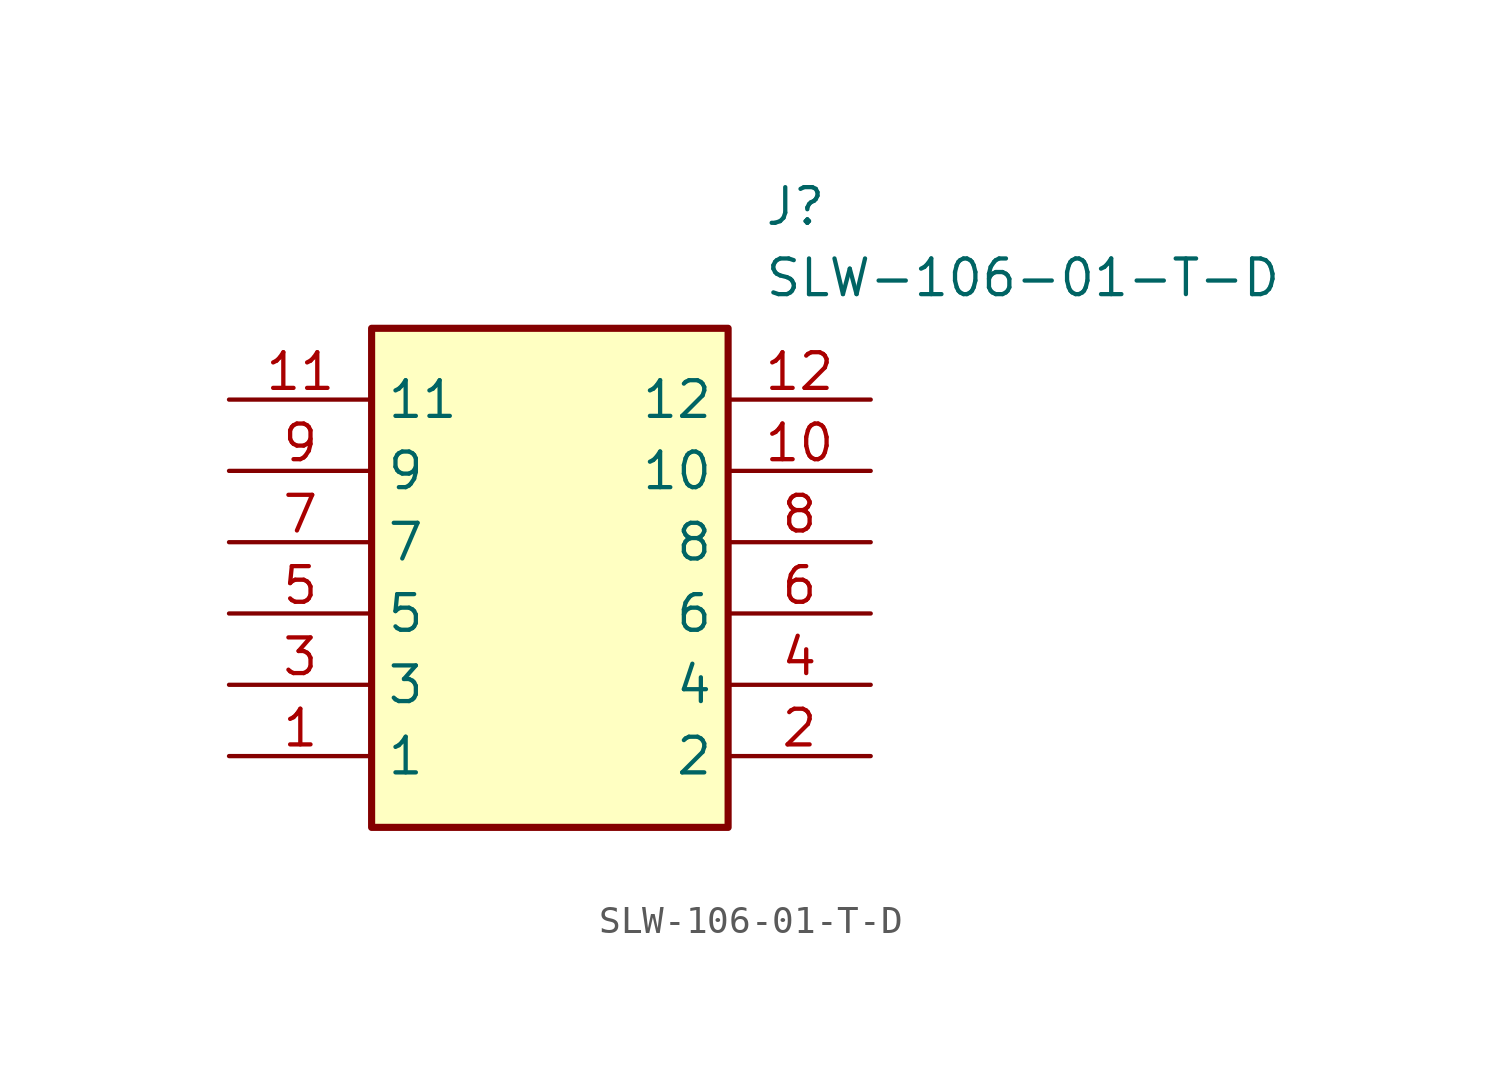
<source format=kicad_sym>
(kicad_symbol_lib
  (version 20211014)
  (generator SamacSys_ECAD_Model)
  (symbol "SLW-106-01-T-D"
    (property "Reference" "J"
      (at 19.05 7.62 0)
      (effects (font (size 1.27 1.27)) (justify left top)))
    (property "Value" "SLW-106-01-T-D"
      (at 19.05 5.08 0)
      (effects (font (size 1.27 1.27)) (justify left top)))
    (rectangle
      (start 5.08 2.54)
      (end 17.78 -15.24)
      (stroke (width 0.254) (type default))
      (fill (type background)))
    (pin passive line
      (at 0 -12.7 0)
      (length 5.08)
      (name "1" (effects (font (size 1.27 1.27))))
      (number "1" (effects (font (size 1.27 1.27)))))
    (pin passive line
      (at 22.86 -12.7 180)
      (length 5.08)
      (name "2" (effects (font (size 1.27 1.27))))
      (number "2" (effects (font (size 1.27 1.27)))))
    (pin passive line
      (at 0 -10.16 0)
      (length 5.08)
      (name "3" (effects (font (size 1.27 1.27))))
      (number "3" (effects (font (size 1.27 1.27)))))
    (pin passive line
      (at 22.86 -10.16 180)
      (length 5.08)
      (name "4" (effects (font (size 1.27 1.27))))
      (number "4" (effects (font (size 1.27 1.27)))))
    (pin passive line
      (at 0 -7.62 0)
      (length 5.08)
      (name "5" (effects (font (size 1.27 1.27))))
      (number "5" (effects (font (size 1.27 1.27)))))
    (pin passive line
      (at 22.86 -7.62 180)
      (length 5.08)
      (name "6" (effects (font (size 1.27 1.27))))
      (number "6" (effects (font (size 1.27 1.27)))))
    (pin passive line
      (at 0 -5.08 0)
      (length 5.08)
      (name "7" (effects (font (size 1.27 1.27))))
      (number "7" (effects (font (size 1.27 1.27)))))
    (pin passive line
      (at 22.86 -5.08 180)
      (length 5.08)
      (name "8" (effects (font (size 1.27 1.27))))
      (number "8" (effects (font (size 1.27 1.27)))))
    (pin passive line
      (at 0 -2.54 0)
      (length 5.08)
      (name "9" (effects (font (size 1.27 1.27))))
      (number "9" (effects (font (size 1.27 1.27)))))
    (pin passive line
      (at 22.86 -2.54 180)
      (length 5.08)
      (name "10" (effects (font (size 1.27 1.27))))
      (number "10" (effects (font (size 1.27 1.27)))))
    (pin passive line
      (at 0 0 0)
      (length 5.08)
      (name "11" (effects (font (size 1.27 1.27))))
      (number "11" (effects (font (size 1.27 1.27)))))
    (pin passive line
      (at 22.86 0 180)
      (length 5.08)
      (name "12" (effects (font (size 1.27 1.27))))
      (number "12" (effects (font (size 1.27 1.27)))))))
</source>
